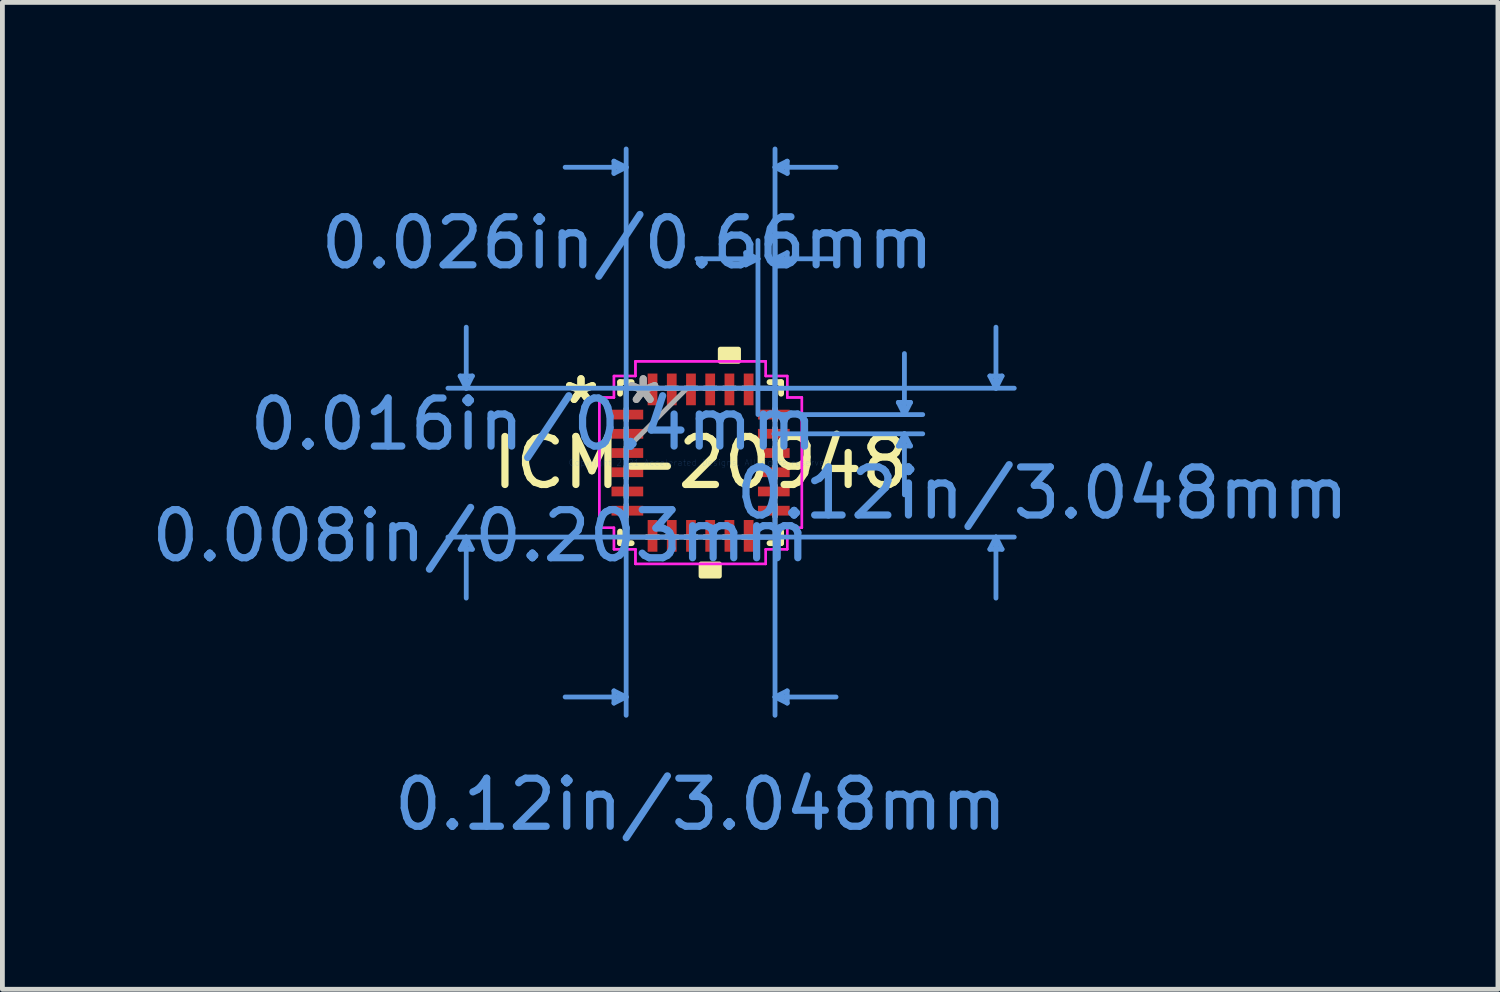
<source format=kicad_pcb>
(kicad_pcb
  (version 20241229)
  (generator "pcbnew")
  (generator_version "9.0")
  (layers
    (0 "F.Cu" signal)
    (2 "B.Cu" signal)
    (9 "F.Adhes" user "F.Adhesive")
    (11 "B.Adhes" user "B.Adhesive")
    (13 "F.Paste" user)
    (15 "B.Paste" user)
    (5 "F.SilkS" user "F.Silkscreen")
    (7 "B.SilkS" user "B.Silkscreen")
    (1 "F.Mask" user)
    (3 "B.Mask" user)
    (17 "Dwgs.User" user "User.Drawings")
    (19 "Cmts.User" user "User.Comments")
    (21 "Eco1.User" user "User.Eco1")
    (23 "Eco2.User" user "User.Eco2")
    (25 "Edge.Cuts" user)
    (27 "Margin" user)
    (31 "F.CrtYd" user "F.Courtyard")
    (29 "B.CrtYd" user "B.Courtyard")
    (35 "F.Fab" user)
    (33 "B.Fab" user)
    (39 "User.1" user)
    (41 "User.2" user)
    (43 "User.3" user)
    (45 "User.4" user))
  (footprint "ICM-20948"
    (layer "F.Cu")
    (at 11.53 6.578)
    (property "Reference" "ICM-20948" (at 0 0 0) (layer "F.SilkS") (effects (font (size 1 1) (thickness 0.15))))
    (attr through_hole)
    (fp_line (start -1.676 -1.676) (end -1.676 -1.434) (stroke (width 0.12) (type solid)) (layer "F.SilkS"))
    (fp_line (start -1.676 1.434) (end -1.676 1.676) (stroke (width 0.12) (type solid)) (layer "F.SilkS"))
    (fp_line (start -1.676 1.676) (end -1.434 1.676) (stroke (width 0.12) (type solid)) (layer "F.SilkS"))
    (fp_line (start -1.434 -1.676) (end -1.676 -1.676) (stroke (width 0.12) (type solid)) (layer "F.SilkS"))
    (fp_line (start 1.434 1.676) (end 1.676 1.676) (stroke (width 0.12) (type solid)) (layer "F.SilkS"))
    (fp_line (start 1.676 -1.676) (end 1.434 -1.676) (stroke (width 0.12) (type solid)) (layer "F.SilkS"))
    (fp_line (start 1.676 -1.434) (end 1.676 -1.676) (stroke (width 0.12) (type solid)) (layer "F.SilkS"))
    (fp_line (start 1.676 1.676) (end 1.676 1.434) (stroke (width 0.12) (type solid)) (layer "F.SilkS"))
    (fp_poly (pts (xy 0.009 2.108) (xy 0.009 2.362) (xy 0.391 2.362) (xy 0.391 2.108)) (stroke (width 0.1) (type solid)) (fill yes) (layer "F.SilkS"))
    (fp_poly (pts (xy 0.409 -2.108) (xy 0.409 -2.362) (xy 0.79 -2.362) (xy 0.79 -2.108)) (stroke (width 0.1) (type solid)) (fill yes) (layer "F.SilkS"))
    (fp_line (start -5.004 -1.803) (end -4.75 -1.803) (stroke (width 0.1) (type solid)) (layer "Cmts.User"))
    (fp_line (start -5.004 1.803) (end -4.75 1.803) (stroke (width 0.1) (type solid)) (layer "Cmts.User"))
    (fp_line (start -4.877 -1.549) (end -5.004 -1.803) (stroke (width 0.1) (type solid)) (layer "Cmts.User"))
    (fp_line (start -4.877 -1.549) (end -4.877 -2.819) (stroke (width 0.1) (type solid)) (layer "Cmts.User"))
    (fp_line (start -4.877 -1.549) (end -4.75 -1.803) (stroke (width 0.1) (type solid)) (layer "Cmts.User"))
    (fp_line (start -4.877 1.549) (end -5.004 1.803) (stroke (width 0.1) (type solid)) (layer "Cmts.User"))
    (fp_line (start -4.877 1.549) (end -4.877 2.819) (stroke (width 0.1) (type solid)) (layer "Cmts.User"))
    (fp_line (start -4.877 1.549) (end -4.75 1.803) (stroke (width 0.1) (type solid)) (layer "Cmts.User"))
    (fp_line (start -1.803 -6.274) (end -1.803 -6.02) (stroke (width 0.1) (type solid)) (layer "Cmts.User"))
    (fp_line (start -1.803 4.75) (end -1.803 5.004) (stroke (width 0.1) (type solid)) (layer "Cmts.User"))
    (fp_line (start -1.549 -6.147) (end -2.819 -6.147) (stroke (width 0.1) (type solid)) (layer "Cmts.User"))
    (fp_line (start -1.549 -6.147) (end -1.803 -6.274) (stroke (width 0.1) (type solid)) (layer "Cmts.User"))
    (fp_line (start -1.549 -6.147) (end -1.803 -6.02) (stroke (width 0.1) (type solid)) (layer "Cmts.User"))
    (fp_line (start -1.549 -1.549) (end -1.549 5.258) (stroke (width 0.1) (type solid)) (layer "Cmts.User"))
    (fp_line (start -1.549 -1) (end -1.549 -6.528) (stroke (width 0.1) (type solid)) (layer "Cmts.User"))
    (fp_line (start -1.549 4.877) (end -2.819 4.877) (stroke (width 0.1) (type solid)) (layer "Cmts.User"))
    (fp_line (start -1.549 4.877) (end -1.803 4.75) (stroke (width 0.1) (type solid)) (layer "Cmts.User"))
    (fp_line (start -1.549 4.877) (end -1.803 5.004) (stroke (width 0.1) (type solid)) (layer "Cmts.User"))
    (fp_line (start 0.94 -4.369) (end 0.94 -4.115) (stroke (width 0.1) (type solid)) (layer "Cmts.User"))
    (fp_line (start 1 -1.549) (end 6.528 -1.549) (stroke (width 0.1) (type solid)) (layer "Cmts.User"))
    (fp_line (start 1 1.549) (end 6.528 1.549) (stroke (width 0.1) (type solid)) (layer "Cmts.User"))
    (fp_line (start 1.194 -4.242) (end -0.076 -4.242) (stroke (width 0.1) (type solid)) (layer "Cmts.User"))
    (fp_line (start 1.194 -4.242) (end 0.94 -4.369) (stroke (width 0.1) (type solid)) (layer "Cmts.User"))
    (fp_line (start 1.194 -4.242) (end 0.94 -4.115) (stroke (width 0.1) (type solid)) (layer "Cmts.User"))
    (fp_line (start 1.194 -1) (end 1.194 -4.623) (stroke (width 0.1) (type solid)) (layer "Cmts.User"))
    (fp_line (start 1.524 -1) (end 4.623 -1) (stroke (width 0.1) (type solid)) (layer "Cmts.User"))
    (fp_line (start 1.524 -0.6) (end 4.623 -0.6) (stroke (width 0.1) (type solid)) (layer "Cmts.User"))
    (fp_line (start 1.549 -6.147) (end 1.803 -6.274) (stroke (width 0.1) (type solid)) (layer "Cmts.User"))
    (fp_line (start 1.549 -6.147) (end 1.803 -6.02) (stroke (width 0.1) (type solid)) (layer "Cmts.User"))
    (fp_line (start 1.549 -6.147) (end 2.819 -6.147) (stroke (width 0.1) (type solid)) (layer "Cmts.User"))
    (fp_line (start 1.549 -4.242) (end 1.803 -4.369) (stroke (width 0.1) (type solid)) (layer "Cmts.User"))
    (fp_line (start 1.549 -4.242) (end 1.803 -4.115) (stroke (width 0.1) (type solid)) (layer "Cmts.User"))
    (fp_line (start 1.549 -4.242) (end 2.819 -4.242) (stroke (width 0.1) (type solid)) (layer "Cmts.User"))
    (fp_line (start 1.549 -1.549) (end -5.258 -1.549) (stroke (width 0.1) (type solid)) (layer "Cmts.User"))
    (fp_line (start 1.549 -1.549) (end 1.549 5.258) (stroke (width 0.1) (type solid)) (layer "Cmts.User"))
    (fp_line (start 1.549 -1) (end 1.549 -6.528) (stroke (width 0.1) (type solid)) (layer "Cmts.User"))
    (fp_line (start 1.549 -1) (end 1.549 -4.623) (stroke (width 0.1) (type solid)) (layer "Cmts.User"))
    (fp_line (start 1.549 1.549) (end -5.258 1.549) (stroke (width 0.1) (type solid)) (layer "Cmts.User"))
    (fp_line (start 1.549 4.877) (end 1.803 4.75) (stroke (width 0.1) (type solid)) (layer "Cmts.User"))
    (fp_line (start 1.549 4.877) (end 1.803 5.004) (stroke (width 0.1) (type solid)) (layer "Cmts.User"))
    (fp_line (start 1.549 4.877) (end 2.819 4.877) (stroke (width 0.1) (type solid)) (layer "Cmts.User"))
    (fp_line (start 1.803 -6.274) (end 1.803 -6.02) (stroke (width 0.1) (type solid)) (layer "Cmts.User"))
    (fp_line (start 1.803 -4.369) (end 1.803 -4.115) (stroke (width 0.1) (type solid)) (layer "Cmts.User"))
    (fp_line (start 1.803 4.75) (end 1.803 5.004) (stroke (width 0.1) (type solid)) (layer "Cmts.User"))
    (fp_line (start 4.115 -1.254) (end 4.369 -1.254) (stroke (width 0.1) (type solid)) (layer "Cmts.User"))
    (fp_line (start 4.115 -0.346) (end 4.369 -0.346) (stroke (width 0.1) (type solid)) (layer "Cmts.User"))
    (fp_line (start 4.242 -1) (end 4.115 -1.254) (stroke (width 0.1) (type solid)) (layer "Cmts.User"))
    (fp_line (start 4.242 -1) (end 4.242 -2.27) (stroke (width 0.1) (type solid)) (layer "Cmts.User"))
    (fp_line (start 4.242 -1) (end 4.369 -1.254) (stroke (width 0.1) (type solid)) (layer "Cmts.User"))
    (fp_line (start 4.242 -0.6) (end 4.115 -0.346) (stroke (width 0.1) (type solid)) (layer "Cmts.User"))
    (fp_line (start 4.242 -0.6) (end 4.242 0.67) (stroke (width 0.1) (type solid)) (layer "Cmts.User"))
    (fp_line (start 4.242 -0.6) (end 4.369 -0.346) (stroke (width 0.1) (type solid)) (layer "Cmts.User"))
    (fp_line (start 6.02 -1.803) (end 6.274 -1.803) (stroke (width 0.1) (type solid)) (layer "Cmts.User"))
    (fp_line (start 6.02 1.803) (end 6.274 1.803) (stroke (width 0.1) (type solid)) (layer "Cmts.User"))
    (fp_line (start 6.147 -1.549) (end 6.02 -1.803) (stroke (width 0.1) (type solid)) (layer "Cmts.User"))
    (fp_line (start 6.147 -1.549) (end 6.147 -2.819) (stroke (width 0.1) (type solid)) (layer "Cmts.User"))
    (fp_line (start 6.147 -1.549) (end 6.274 -1.803) (stroke (width 0.1) (type solid)) (layer "Cmts.User"))
    (fp_line (start 6.147 1.549) (end 6.02 1.803) (stroke (width 0.1) (type solid)) (layer "Cmts.User"))
    (fp_line (start 6.147 1.549) (end 6.147 2.819) (stroke (width 0.1) (type solid)) (layer "Cmts.User"))
    (fp_line (start 6.147 1.549) (end 6.274 1.803) (stroke (width 0.1) (type solid)) (layer "Cmts.User"))
    (fp_line (start -2.108 -1.356) (end -1.803 -1.356) (stroke (width 0.05) (type solid)) (layer "F.CrtYd"))
    (fp_line (start -2.108 -1.356) (end -1.803 -1.356) (stroke (width 0.05) (type solid)) (layer "F.CrtYd"))
    (fp_line (start -2.108 1.356) (end -2.108 -1.356) (stroke (width 0.05) (type solid)) (layer "F.CrtYd"))
    (fp_line (start -2.108 1.356) (end -2.108 -1.356) (stroke (width 0.05) (type solid)) (layer "F.CrtYd"))
    (fp_line (start -1.803 -1.803) (end -1.356 -1.803) (stroke (width 0.05) (type solid)) (layer "F.CrtYd"))
    (fp_line (start -1.803 -1.803) (end -1.356 -1.803) (stroke (width 0.05) (type solid)) (layer "F.CrtYd"))
    (fp_line (start -1.803 -1.356) (end -1.803 -1.803) (stroke (width 0.05) (type solid)) (layer "F.CrtYd"))
    (fp_line (start -1.803 -1.356) (end -1.803 -1.803) (stroke (width 0.05) (type solid)) (layer "F.CrtYd"))
    (fp_line (start -1.803 1.356) (end -2.108 1.356) (stroke (width 0.05) (type solid)) (layer "F.CrtYd"))
    (fp_line (start -1.803 1.356) (end -2.108 1.356) (stroke (width 0.05) (type solid)) (layer "F.CrtYd"))
    (fp_line (start -1.803 1.803) (end -1.803 1.356) (stroke (width 0.05) (type solid)) (layer "F.CrtYd"))
    (fp_line (start -1.803 1.803) (end -1.803 1.356) (stroke (width 0.05) (type solid)) (layer "F.CrtYd"))
    (fp_line (start -1.356 -2.108) (end 1.356 -2.108) (stroke (width 0.05) (type solid)) (layer "F.CrtYd"))
    (fp_line (start -1.356 -2.108) (end 1.356 -2.108) (stroke (width 0.05) (type solid)) (layer "F.CrtYd"))
    (fp_line (start -1.356 -1.803) (end -1.356 -2.108) (stroke (width 0.05) (type solid)) (layer "F.CrtYd"))
    (fp_line (start -1.356 -1.803) (end -1.356 -2.108) (stroke (width 0.05) (type solid)) (layer "F.CrtYd"))
    (fp_line (start -1.356 1.803) (end -1.803 1.803) (stroke (width 0.05) (type solid)) (layer "F.CrtYd"))
    (fp_line (start -1.356 1.803) (end -1.803 1.803) (stroke (width 0.05) (type solid)) (layer "F.CrtYd"))
    (fp_line (start -1.356 2.108) (end -1.356 1.803) (stroke (width 0.05) (type solid)) (layer "F.CrtYd"))
    (fp_line (start -1.356 2.108) (end -1.356 1.803) (stroke (width 0.05) (type solid)) (layer "F.CrtYd"))
    (fp_line (start 1.356 -2.108) (end 1.356 -1.803) (stroke (width 0.05) (type solid)) (layer "F.CrtYd"))
    (fp_line (start 1.356 -2.108) (end 1.356 -1.803) (stroke (width 0.05) (type solid)) (layer "F.CrtYd"))
    (fp_line (start 1.356 -1.803) (end 1.803 -1.803) (stroke (width 0.05) (type solid)) (layer "F.CrtYd"))
    (fp_line (start 1.356 -1.803) (end 1.803 -1.803) (stroke (width 0.05) (type solid)) (layer "F.CrtYd"))
    (fp_line (start 1.356 1.803) (end 1.356 2.108) (stroke (width 0.05) (type solid)) (layer "F.CrtYd"))
    (fp_line (start 1.356 1.803) (end 1.356 2.108) (stroke (width 0.05) (type solid)) (layer "F.CrtYd"))
    (fp_line (start 1.356 2.108) (end -1.356 2.108) (stroke (width 0.05) (type solid)) (layer "F.CrtYd"))
    (fp_line (start 1.356 2.108) (end -1.356 2.108) (stroke (width 0.05) (type solid)) (layer "F.CrtYd"))
    (fp_line (start 1.803 -1.803) (end 1.803 -1.356) (stroke (width 0.05) (type solid)) (layer "F.CrtYd"))
    (fp_line (start 1.803 -1.803) (end 1.803 -1.356) (stroke (width 0.05) (type solid)) (layer "F.CrtYd"))
    (fp_line (start 1.803 -1.356) (end 2.108 -1.356) (stroke (width 0.05) (type solid)) (layer "F.CrtYd"))
    (fp_line (start 1.803 -1.356) (end 2.108 -1.356) (stroke (width 0.05) (type solid)) (layer "F.CrtYd"))
    (fp_line (start 1.803 1.356) (end 1.803 1.803) (stroke (width 0.05) (type solid)) (layer "F.CrtYd"))
    (fp_line (start 1.803 1.356) (end 1.803 1.803) (stroke (width 0.05) (type solid)) (layer "F.CrtYd"))
    (fp_line (start 1.803 1.803) (end 1.356 1.803) (stroke (width 0.05) (type solid)) (layer "F.CrtYd"))
    (fp_line (start 1.803 1.803) (end 1.356 1.803) (stroke (width 0.05) (type solid)) (layer "F.CrtYd"))
    (fp_line (start 2.108 -1.356) (end 2.108 1.356) (stroke (width 0.05) (type solid)) (layer "F.CrtYd"))
    (fp_line (start 2.108 -1.356) (end 2.108 1.356) (stroke (width 0.05) (type solid)) (layer "F.CrtYd"))
    (fp_line (start 2.108 1.356) (end 1.803 1.356) (stroke (width 0.05) (type solid)) (layer "F.CrtYd"))
    (fp_line (start 2.108 1.356) (end 1.803 1.356) (stroke (width 0.05) (type solid)) (layer "F.CrtYd"))
    (fp_line (start -1.549 -1.549) (end -1.549 -1.549) (stroke (width 0.1) (type solid)) (layer "F.Fab"))
    (fp_line (start -1.549 -1.549) (end -1.549 1.549) (stroke (width 0.1) (type solid)) (layer "F.Fab"))
    (fp_line (start -1.549 -1.127) (end -1.549 -1.127) (stroke (width 0.1) (type solid)) (layer "F.Fab"))
    (fp_line (start -1.549 -1.127) (end -1.549 -0.873) (stroke (width 0.1) (type solid)) (layer "F.Fab"))
    (fp_line (start -1.549 -0.873) (end -1.549 -1.127) (stroke (width 0.1) (type solid)) (layer "F.Fab"))
    (fp_line (start -1.549 -0.873) (end -1.549 -0.873) (stroke (width 0.1) (type solid)) (layer "F.Fab"))
    (fp_line (start -1.549 -0.727) (end -1.549 -0.727) (stroke (width 0.1) (type solid)) (layer "F.Fab"))
    (fp_line (start -1.549 -0.727) (end -1.549 -0.473) (stroke (width 0.1) (type solid)) (layer "F.Fab"))
    (fp_line (start -1.549 -0.473) (end -1.549 -0.727) (stroke (width 0.1) (type solid)) (layer "F.Fab"))
    (fp_line (start -1.549 -0.473) (end -1.549 -0.473) (stroke (width 0.1) (type solid)) (layer "F.Fab"))
    (fp_line (start -1.549 -0.327) (end -1.549 -0.327) (stroke (width 0.1) (type solid)) (layer "F.Fab"))
    (fp_line (start -1.549 -0.327) (end -1.549 -0.073) (stroke (width 0.1) (type solid)) (layer "F.Fab"))
    (fp_line (start -1.549 -0.279) (end -0.279 -1.549) (stroke (width 0.1) (type solid)) (layer "F.Fab"))
    (fp_line (start -1.549 -0.073) (end -1.549 -0.327) (stroke (width 0.1) (type solid)) (layer "F.Fab"))
    (fp_line (start -1.549 -0.073) (end -1.549 -0.073) (stroke (width 0.1) (type solid)) (layer "F.Fab"))
    (fp_line (start -1.549 0.073) (end -1.549 0.073) (stroke (width 0.1) (type solid)) (layer "F.Fab"))
    (fp_line (start -1.549 0.073) (end -1.549 0.327) (stroke (width 0.1) (type solid)) (layer "F.Fab"))
    (fp_line (start -1.549 0.327) (end -1.549 0.073) (stroke (width 0.1) (type solid)) (layer "F.Fab"))
    (fp_line (start -1.549 0.327) (end -1.549 0.327) (stroke (width 0.1) (type solid)) (layer "F.Fab"))
    (fp_line (start -1.549 0.473) (end -1.549 0.473) (stroke (width 0.1) (type solid)) (layer "F.Fab"))
    (fp_line (start -1.549 0.473) (end -1.549 0.727) (stroke (width 0.1) (type solid)) (layer "F.Fab"))
    (fp_line (start -1.549 0.727) (end -1.549 0.473) (stroke (width 0.1) (type solid)) (layer "F.Fab"))
    (fp_line (start -1.549 0.727) (end -1.549 0.727) (stroke (width 0.1) (type solid)) (layer "F.Fab"))
    (fp_line (start -1.549 0.873) (end -1.549 0.873) (stroke (width 0.1) (type solid)) (layer "F.Fab"))
    (fp_line (start -1.549 0.873) (end -1.549 1.127) (stroke (width 0.1) (type solid)) (layer "F.Fab"))
    (fp_line (start -1.549 1.127) (end -1.549 0.873) (stroke (width 0.1) (type solid)) (layer "F.Fab"))
    (fp_line (start -1.549 1.127) (end -1.549 1.127) (stroke (width 0.1) (type solid)) (layer "F.Fab"))
    (fp_line (start -1.549 1.549) (end -1.549 1.549) (stroke (width 0.1) (type solid)) (layer "F.Fab"))
    (fp_line (start -1.549 1.549) (end 1.549 1.549) (stroke (width 0.1) (type solid)) (layer "F.Fab"))
    (fp_line (start -1.127 -1.549) (end -1.127 -1.549) (stroke (width 0.1) (type solid)) (layer "F.Fab"))
    (fp_line (start -1.127 -1.549) (end -0.873 -1.549) (stroke (width 0.1) (type solid)) (layer "F.Fab"))
    (fp_line (start -1.127 1.549) (end -1.127 1.549) (stroke (width 0.1) (type solid)) (layer "F.Fab"))
    (fp_line (start -1.127 1.549) (end -0.873 1.549) (stroke (width 0.1) (type solid)) (layer "F.Fab"))
    (fp_line (start -0.873 -1.549) (end -1.127 -1.549) (stroke (width 0.1) (type solid)) (layer "F.Fab"))
    (fp_line (start -0.873 -1.549) (end -0.873 -1.549) (stroke (width 0.1) (type solid)) (layer "F.Fab"))
    (fp_line (start -0.873 1.549) (end -1.127 1.549) (stroke (width 0.1) (type solid)) (layer "F.Fab"))
    (fp_line (start -0.873 1.549) (end -0.873 1.549) (stroke (width 0.1) (type solid)) (layer "F.Fab"))
    (fp_line (start -0.727 -1.549) (end -0.727 -1.549) (stroke (width 0.1) (type solid)) (layer "F.Fab"))
    (fp_line (start -0.727 -1.549) (end -0.473 -1.549) (stroke (width 0.1) (type solid)) (layer "F.Fab"))
    (fp_line (start -0.727 1.549) (end -0.727 1.549) (stroke (width 0.1) (type solid)) (layer "F.Fab"))
    (fp_line (start -0.727 1.549) (end -0.473 1.549) (stroke (width 0.1) (type solid)) (layer "F.Fab"))
    (fp_line (start -0.473 -1.549) (end -0.727 -1.549) (stroke (width 0.1) (type solid)) (layer "F.Fab"))
    (fp_line (start -0.473 -1.549) (end -0.473 -1.549) (stroke (width 0.1) (type solid)) (layer "F.Fab"))
    (fp_line (start -0.473 1.549) (end -0.727 1.549) (stroke (width 0.1) (type solid)) (layer "F.Fab"))
    (fp_line (start -0.473 1.549) (end -0.473 1.549) (stroke (width 0.1) (type solid)) (layer "F.Fab"))
    (fp_line (start -0.327 -1.549) (end -0.327 -1.549) (stroke (width 0.1) (type solid)) (layer "F.Fab"))
    (fp_line (start -0.327 -1.549) (end -0.073 -1.549) (stroke (width 0.1) (type solid)) (layer "F.Fab"))
    (fp_line (start -0.327 1.549) (end -0.327 1.549) (stroke (width 0.1) (type solid)) (layer "F.Fab"))
    (fp_line (start -0.327 1.549) (end -0.073 1.549) (stroke (width 0.1) (type solid)) (layer "F.Fab"))
    (fp_line (start -0.073 -1.549) (end -0.327 -1.549) (stroke (width 0.1) (type solid)) (layer "F.Fab"))
    (fp_line (start -0.073 -1.549) (end -0.073 -1.549) (stroke (width 0.1) (type solid)) (layer "F.Fab"))
    (fp_line (start -0.073 1.549) (end -0.327 1.549) (stroke (width 0.1) (type solid)) (layer "F.Fab"))
    (fp_line (start -0.073 1.549) (end -0.073 1.549) (stroke (width 0.1) (type solid)) (layer "F.Fab"))
    (fp_line (start 0.073 -1.549) (end 0.073 -1.549) (stroke (width 0.1) (type solid)) (layer "F.Fab"))
    (fp_line (start 0.073 -1.549) (end 0.327 -1.549) (stroke (width 0.1) (type solid)) (layer "F.Fab"))
    (fp_line (start 0.073 1.549) (end 0.073 1.549) (stroke (width 0.1) (type solid)) (layer "F.Fab"))
    (fp_line (start 0.073 1.549) (end 0.327 1.549) (stroke (width 0.1) (type solid)) (layer "F.Fab"))
    (fp_line (start 0.327 -1.549) (end 0.073 -1.549) (stroke (width 0.1) (type solid)) (layer "F.Fab"))
    (fp_line (start 0.327 -1.549) (end 0.327 -1.549) (stroke (width 0.1) (type solid)) (layer "F.Fab"))
    (fp_line (start 0.327 1.549) (end 0.073 1.549) (stroke (width 0.1) (type solid)) (layer "F.Fab"))
    (fp_line (start 0.327 1.549) (end 0.327 1.549) (stroke (width 0.1) (type solid)) (layer "F.Fab"))
    (fp_line (start 0.473 -1.549) (end 0.473 -1.549) (stroke (width 0.1) (type solid)) (layer "F.Fab"))
    (fp_line (start 0.473 -1.549) (end 0.727 -1.549) (stroke (width 0.1) (type solid)) (layer "F.Fab"))
    (fp_line (start 0.473 1.549) (end 0.473 1.549) (stroke (width 0.1) (type solid)) (layer "F.Fab"))
    (fp_line (start 0.473 1.549) (end 0.727 1.549) (stroke (width 0.1) (type solid)) (layer "F.Fab"))
    (fp_line (start 0.727 -1.549) (end 0.473 -1.549) (stroke (width 0.1) (type solid)) (layer "F.Fab"))
    (fp_line (start 0.727 -1.549) (end 0.727 -1.549) (stroke (width 0.1) (type solid)) (layer "F.Fab"))
    (fp_line (start 0.727 1.549) (end 0.473 1.549) (stroke (width 0.1) (type solid)) (layer "F.Fab"))
    (fp_line (start 0.727 1.549) (end 0.727 1.549) (stroke (width 0.1) (type solid)) (layer "F.Fab"))
    (fp_line (start 0.873 -1.549) (end 0.873 -1.549) (stroke (width 0.1) (type solid)) (layer "F.Fab"))
    (fp_line (start 0.873 -1.549) (end 1.127 -1.549) (stroke (width 0.1) (type solid)) (layer "F.Fab"))
    (fp_line (start 0.873 1.549) (end 0.873 1.549) (stroke (width 0.1) (type solid)) (layer "F.Fab"))
    (fp_line (start 0.873 1.549) (end 1.127 1.549) (stroke (width 0.1) (type solid)) (layer "F.Fab"))
    (fp_line (start 1.127 -1.549) (end 0.873 -1.549) (stroke (width 0.1) (type solid)) (layer "F.Fab"))
    (fp_line (start 1.127 -1.549) (end 1.127 -1.549) (stroke (width 0.1) (type solid)) (layer "F.Fab"))
    (fp_line (start 1.127 1.549) (end 0.873 1.549) (stroke (width 0.1) (type solid)) (layer "F.Fab"))
    (fp_line (start 1.127 1.549) (end 1.127 1.549) (stroke (width 0.1) (type solid)) (layer "F.Fab"))
    (fp_line (start 1.549 -1.549) (end -1.549 -1.549) (stroke (width 0.1) (type solid)) (layer "F.Fab"))
    (fp_line (start 1.549 -1.549) (end 1.549 -1.549) (stroke (width 0.1) (type solid)) (layer "F.Fab"))
    (fp_line (start 1.549 -1.127) (end 1.549 -1.127) (stroke (width 0.1) (type solid)) (layer "F.Fab"))
    (fp_line (start 1.549 -1.127) (end 1.549 -0.873) (stroke (width 0.1) (type solid)) (layer "F.Fab"))
    (fp_line (start 1.549 -0.873) (end 1.549 -1.127) (stroke (width 0.1) (type solid)) (layer "F.Fab"))
    (fp_line (start 1.549 -0.873) (end 1.549 -0.873) (stroke (width 0.1) (type solid)) (layer "F.Fab"))
    (fp_line (start 1.549 -0.727) (end 1.549 -0.727) (stroke (width 0.1) (type solid)) (layer "F.Fab"))
    (fp_line (start 1.549 -0.727) (end 1.549 -0.473) (stroke (width 0.1) (type solid)) (layer "F.Fab"))
    (fp_line (start 1.549 -0.473) (end 1.549 -0.727) (stroke (width 0.1) (type solid)) (layer "F.Fab"))
    (fp_line (start 1.549 -0.473) (end 1.549 -0.473) (stroke (width 0.1) (type solid)) (layer "F.Fab"))
    (fp_line (start 1.549 -0.327) (end 1.549 -0.327) (stroke (width 0.1) (type solid)) (layer "F.Fab"))
    (fp_line (start 1.549 -0.327) (end 1.549 -0.073) (stroke (width 0.1) (type solid)) (layer "F.Fab"))
    (fp_line (start 1.549 -0.073) (end 1.549 -0.327) (stroke (width 0.1) (type solid)) (layer "F.Fab"))
    (fp_line (start 1.549 -0.073) (end 1.549 -0.073) (stroke (width 0.1) (type solid)) (layer "F.Fab"))
    (fp_line (start 1.549 0.073) (end 1.549 0.073) (stroke (width 0.1) (type solid)) (layer "F.Fab"))
    (fp_line (start 1.549 0.073) (end 1.549 0.327) (stroke (width 0.1) (type solid)) (layer "F.Fab"))
    (fp_line (start 1.549 0.327) (end 1.549 0.073) (stroke (width 0.1) (type solid)) (layer "F.Fab"))
    (fp_line (start 1.549 0.327) (end 1.549 0.327) (stroke (width 0.1) (type solid)) (layer "F.Fab"))
    (fp_line (start 1.549 0.473) (end 1.549 0.473) (stroke (width 0.1) (type solid)) (layer "F.Fab"))
    (fp_line (start 1.549 0.473) (end 1.549 0.727) (stroke (width 0.1) (type solid)) (layer "F.Fab"))
    (fp_line (start 1.549 0.727) (end 1.549 0.473) (stroke (width 0.1) (type solid)) (layer "F.Fab"))
    (fp_line (start 1.549 0.727) (end 1.549 0.727) (stroke (width 0.1) (type solid)) (layer "F.Fab"))
    (fp_line (start 1.549 0.873) (end 1.549 0.873) (stroke (width 0.1) (type solid)) (layer "F.Fab"))
    (fp_line (start 1.549 0.873) (end 1.549 1.127) (stroke (width 0.1) (type solid)) (layer "F.Fab"))
    (fp_line (start 1.549 1.127) (end 1.549 0.873) (stroke (width 0.1) (type solid)) (layer "F.Fab"))
    (fp_line (start 1.549 1.127) (end 1.549 1.127) (stroke (width 0.1) (type solid)) (layer "F.Fab"))
    (fp_line (start 1.549 1.549) (end 1.549 -1.549) (stroke (width 0.1) (type solid)) (layer "F.Fab"))
    (fp_line (start 1.549 1.549) (end 1.549 1.549) (stroke (width 0.1) (type solid)) (layer "F.Fab"))
    (fp_text user "*" (at -2.489 -1.2 0) (layer "F.SilkS") (effects (font (size 1 1) (thickness 0.15))))
    (fp_text user "*" (at -2.489 -1.2 0) (layer "F.SilkS") (effects (font (size 1 1) (thickness 0.15))))
    (fp_text user "0.12in/3.048mm" (at 7.112 0.635 0) (layer "Cmts.User") (effects (font (size 1 1) (thickness 0.15))))
    (fp_text user "0.12in/3.048mm" (at 0 7.112 0) (layer "Cmts.User") (effects (font (size 1 1) (thickness 0.15))))
    (fp_text user "0.026in/0.66mm" (at -1.524 -4.572 0) (layer "Cmts.User") (effects (font (size 1 1) (thickness 0.15))))
    (fp_text user "0.016in/0.4mm" (at -3.48 -0.8 0) (layer "Cmts.User") (effects (font (size 1 1) (thickness 0.15))))
    (fp_text user "0.008in/0.203mm" (at -4.572 1.524 0) (layer "Cmts.User") (effects (font (size 1 1) (thickness 0.15))))
    (fp_text user "Copyright 2021 Accelerated Designs. All rights reserved." (at 0 0 0) (layer "Cmts.User") (effects (font (size 0.127 0.127) (thickness 0.002))))
    (fp_text user "*" (at -1.194 -1.2 0) (layer "F.Fab") (effects (font (size 1 1) (thickness 0.15))))
    (fp_text user "*" (at -1.194 -1.2 0) (layer "F.Fab") (effects (font (size 1 1) (thickness 0.15))))
    (pad "1" smd rect (at -1.524 -1 90) (size 0.203 0.66) (layers "F.Cu" "F.Mask" "F.Paste"))
    (pad "2" smd rect (at -1.524 -0.6 90) (size 0.203 0.66) (layers "F.Cu" "F.Mask" "F.Paste"))
    (pad "3" smd rect (at -1.524 -0.2 90) (size 0.203 0.66) (layers "F.Cu" "F.Mask" "F.Paste"))
    (pad "4" smd rect (at -1.524 0.2 90) (size 0.203 0.66) (layers "F.Cu" "F.Mask" "F.Paste"))
    (pad "5" smd rect (at -1.524 0.6 90) (size 0.203 0.66) (layers "F.Cu" "F.Mask" "F.Paste"))
    (pad "6" smd rect (at -1.524 1 90) (size 0.203 0.66) (layers "F.Cu" "F.Mask" "F.Paste"))
    (pad "7" smd rect (at -1 1.524) (size 0.203 0.66) (layers "F.Cu" "F.Mask" "F.Paste"))
    (pad "8" smd rect (at -0.6 1.524) (size 0.203 0.66) (layers "F.Cu" "F.Mask" "F.Paste"))
    (pad "9" smd rect (at -0.2 1.524) (size 0.203 0.66) (layers "F.Cu" "F.Mask" "F.Paste"))
    (pad "10" smd rect (at 0.2 1.524) (size 0.203 0.66) (layers "F.Cu" "F.Mask" "F.Paste"))
    (pad "11" smd rect (at 0.6 1.524) (size 0.203 0.66) (layers "F.Cu" "F.Mask" "F.Paste"))
    (pad "12" smd rect (at 1 1.524) (size 0.203 0.66) (layers "F.Cu" "F.Mask" "F.Paste"))
    (pad "13" smd rect (at 1.524 1 90) (size 0.203 0.66) (layers "F.Cu" "F.Mask" "F.Paste"))
    (pad "14" smd rect (at 1.524 0.6 90) (size 0.203 0.66) (layers "F.Cu" "F.Mask" "F.Paste"))
    (pad "15" smd rect (at 1.524 0.2 90) (size 0.203 0.66) (layers "F.Cu" "F.Mask" "F.Paste"))
    (pad "16" smd rect (at 1.524 -0.2 90) (size 0.203 0.66) (layers "F.Cu" "F.Mask" "F.Paste"))
    (pad "17" smd rect (at 1.524 -0.6 90) (size 0.203 0.66) (layers "F.Cu" "F.Mask" "F.Paste"))
    (pad "18" smd rect (at 1.524 -1 90) (size 0.203 0.66) (layers "F.Cu" "F.Mask" "F.Paste"))
    (pad "19" smd rect (at 1 -1.524) (size 0.203 0.66) (layers "F.Cu" "F.Mask" "F.Paste"))
    (pad "20" smd rect (at 0.6 -1.524) (size 0.203 0.66) (layers "F.Cu" "F.Mask" "F.Paste"))
    (pad "21" smd rect (at 0.2 -1.524) (size 0.203 0.66) (layers "F.Cu" "F.Mask" "F.Paste"))
    (pad "22" smd rect (at -0.2 -1.524) (size 0.203 0.66) (layers "F.Cu" "F.Mask" "F.Paste"))
    (pad "23" smd rect (at -0.6 -1.524) (size 0.203 0.66) (layers "F.Cu" "F.Mask" "F.Paste"))
    (pad "24" smd rect (at -1 -1.524) (size 0.203 0.66) (layers "F.Cu" "F.Mask" "F.Paste")))
  (gr_rect
    (start -3 -3)
    (end 28.124 17.538)
    (stroke (width 0.1) (type default))
    (fill no)
    (layer "Edge.Cuts")))
</source>
